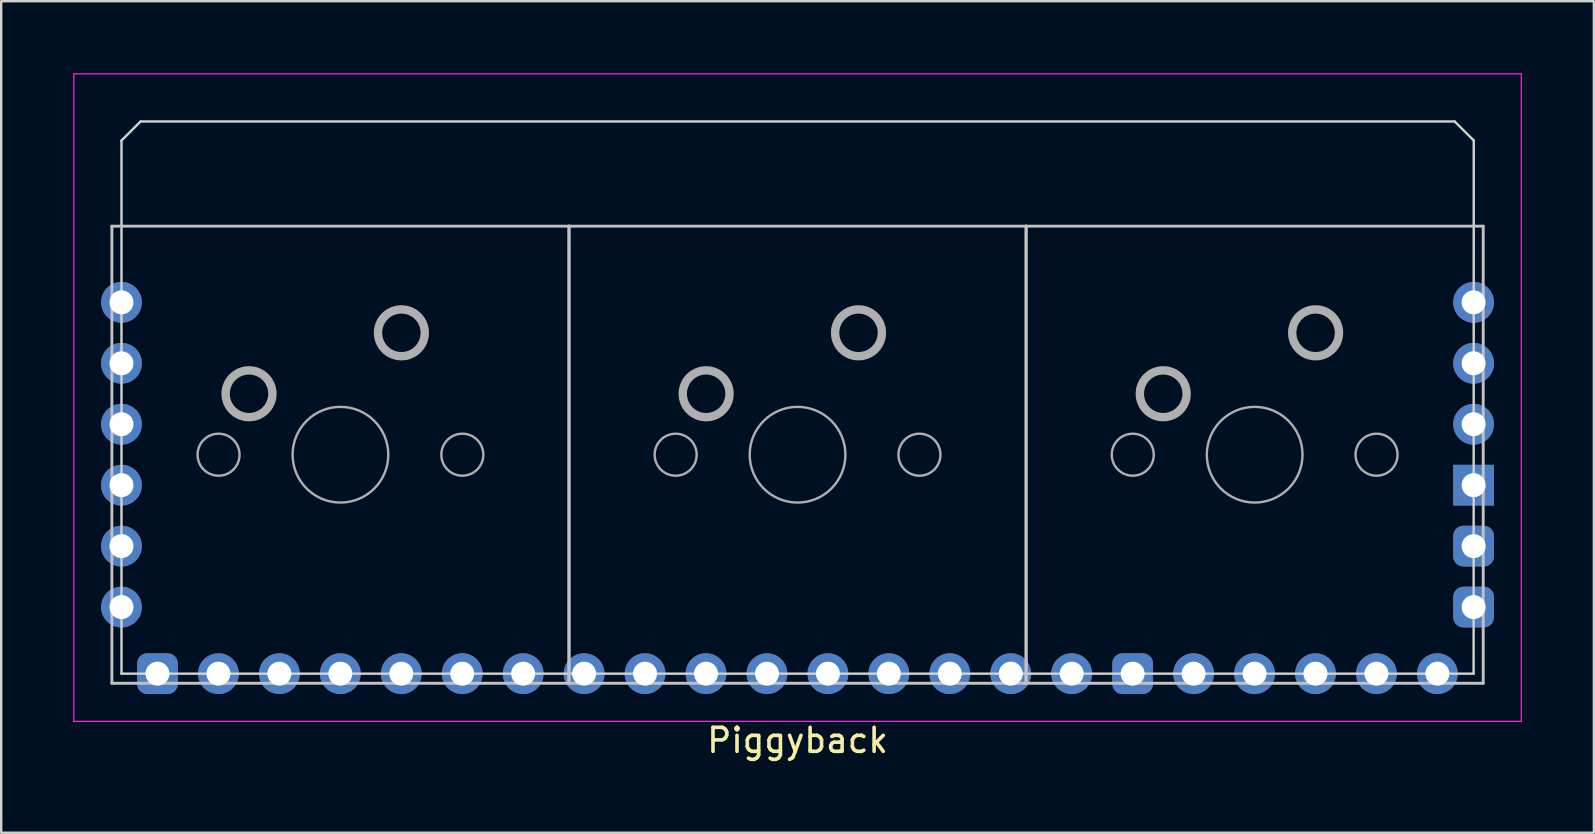
<source format=kicad_pcb>
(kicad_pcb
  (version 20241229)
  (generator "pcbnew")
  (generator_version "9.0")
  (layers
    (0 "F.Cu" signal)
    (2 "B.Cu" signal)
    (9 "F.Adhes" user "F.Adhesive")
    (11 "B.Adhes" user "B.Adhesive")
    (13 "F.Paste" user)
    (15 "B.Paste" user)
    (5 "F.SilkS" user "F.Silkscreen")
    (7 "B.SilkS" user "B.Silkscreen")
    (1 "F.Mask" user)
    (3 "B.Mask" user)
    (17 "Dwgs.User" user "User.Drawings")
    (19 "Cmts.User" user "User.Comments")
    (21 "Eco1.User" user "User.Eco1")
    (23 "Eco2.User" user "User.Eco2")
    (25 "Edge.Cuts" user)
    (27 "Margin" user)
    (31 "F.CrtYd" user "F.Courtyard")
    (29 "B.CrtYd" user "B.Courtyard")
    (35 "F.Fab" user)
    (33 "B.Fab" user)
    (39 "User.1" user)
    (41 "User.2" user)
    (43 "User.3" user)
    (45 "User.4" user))
  (footprint "Piggyback"
    (layer "F.Cu")
    (at 30.188 15.9)
    (property "Reference" "Piggyback" (at 0 11.906 0) (unlocked yes) (layer "F.SilkS") (effects (font (size 1 1) (thickness 0.15))))
    (fp_line (start -28.575 -9.525) (end -28.575 9.525) (stroke (width 0.12) (type solid)) (layer "Dwgs.User"))
    (fp_line (start -28.575 9.525) (end -9.525 9.525) (stroke (width 0.12) (type solid)) (layer "Dwgs.User"))
    (fp_line (start -9.525 -9.525) (end -28.575 -9.525) (stroke (width 0.12) (type solid)) (layer "Dwgs.User"))
    (fp_line (start -9.525 -9.525) (end -9.525 9.525) (stroke (width 0.12) (type solid)) (layer "Dwgs.User"))
    (fp_line (start -9.525 9.525) (end -9.525 -9.525) (stroke (width 0.12) (type solid)) (layer "Dwgs.User"))
    (fp_line (start -9.525 9.525) (end 9.525 9.525) (stroke (width 0.12) (type solid)) (layer "Dwgs.User"))
    (fp_line (start 9.525 -9.525) (end -9.525 -9.525) (stroke (width 0.12) (type solid)) (layer "Dwgs.User"))
    (fp_line (start 9.525 -9.525) (end 9.525 9.525) (stroke (width 0.12) (type solid)) (layer "Dwgs.User"))
    (fp_line (start 9.525 9.525) (end 9.525 -9.525) (stroke (width 0.12) (type solid)) (layer "Dwgs.User"))
    (fp_line (start 9.525 9.525) (end 28.575 9.525) (stroke (width 0.12) (type solid)) (layer "Dwgs.User"))
    (fp_line (start 28.575 -9.525) (end 9.525 -9.525) (stroke (width 0.12) (type solid)) (layer "Dwgs.User"))
    (fp_line (start 28.575 9.525) (end 28.575 -9.525) (stroke (width 0.12) (type solid)) (layer "Dwgs.User"))
    (fp_line (start -26.05 6.5) (end -26.05 -6.5) (stroke (width 0.05) (type solid)) (layer "Eco2.User"))
    (fp_line (start -25.55 -7) (end -12.55 -7) (stroke (width 0.05) (type solid)) (layer "Eco2.User"))
    (fp_line (start -12.55 7) (end -25.55 7) (stroke (width 0.05) (type solid)) (layer "Eco2.User"))
    (fp_line (start -12.05 -6.5) (end -12.05 6.5) (stroke (width 0.05) (type solid)) (layer "Eco2.User"))
    (fp_line (start -7 6.5) (end -7 -6.5) (stroke (width 0.05) (type solid)) (layer "Eco2.User"))
    (fp_line (start -6.5 -7) (end 6.5 -7) (stroke (width 0.05) (type solid)) (layer "Eco2.User"))
    (fp_line (start 6.5 7) (end -6.5 7) (stroke (width 0.05) (type solid)) (layer "Eco2.User"))
    (fp_line (start 7 -6.5) (end 7 6.5) (stroke (width 0.05) (type solid)) (layer "Eco2.User"))
    (fp_line (start 12.05 6.5) (end 12.05 -6.5) (stroke (width 0.05) (type solid)) (layer "Eco2.User"))
    (fp_line (start 12.55 -7) (end 25.55 -7) (stroke (width 0.05) (type solid)) (layer "Eco2.User"))
    (fp_line (start 25.55 7) (end 12.55 7) (stroke (width 0.05) (type solid)) (layer "Eco2.User"))
    (fp_line (start 26.05 -6.5) (end 26.05 6.5) (stroke (width 0.05) (type solid)) (layer "Eco2.User"))
    (fp_arc (start -26.05 -6.5) (mid -25.903553 -6.853553) (end -25.55 -7) (stroke (width 0.05) (type solid)) (layer "Eco2.User"))
    (fp_arc (start -25.55 7) (mid -25.903553 6.853553) (end -26.05 6.5) (stroke (width 0.05) (type solid)) (layer "Eco2.User"))
    (fp_arc (start -12.55 -7) (mid -12.196447 -6.853553) (end -12.05 -6.5) (stroke (width 0.05) (type solid)) (layer "Eco2.User"))
    (fp_arc (start -12.052764 6.498884) (mid -12.199203 6.85246) (end -12.552764 6.998884) (stroke (width 0.05) (type solid)) (layer "Eco2.User"))
    (fp_arc (start -7 -6.5) (mid -6.853553 -6.853553) (end -6.5 -7) (stroke (width 0.05) (type solid)) (layer "Eco2.User"))
    (fp_arc (start -6.5 7) (mid -6.853553 6.853553) (end -7 6.5) (stroke (width 0.05) (type solid)) (layer "Eco2.User"))
    (fp_arc (start 6.5 -7) (mid 6.853553 -6.853553) (end 7 -6.5) (stroke (width 0.05) (type solid)) (layer "Eco2.User"))
    (fp_arc (start 6.997236 6.498884) (mid 6.850789 6.852437) (end 6.497236 6.998884) (stroke (width 0.05) (type solid)) (layer "Eco2.User"))
    (fp_arc (start 12.05 -6.5) (mid 12.196447 -6.853553) (end 12.55 -7) (stroke (width 0.05) (type solid)) (layer "Eco2.User"))
    (fp_arc (start 12.55 7) (mid 12.196447 6.853553) (end 12.05 6.5) (stroke (width 0.05) (type solid)) (layer "Eco2.User"))
    (fp_arc (start 25.55 -7) (mid 25.903553 -6.853553) (end 26.05 -6.5) (stroke (width 0.05) (type solid)) (layer "Eco2.User"))
    (fp_arc (start 26.047236 6.498884) (mid 25.900797 6.85246) (end 25.547236 6.998884) (stroke (width 0.05) (type solid)) (layer "Eco2.User"))
    (fp_line (start -28.175 -13.094) (end -27.381 -13.887) (stroke (width 0.1) (type solid)) (layer "Edge.Cuts"))
    (fp_line (start -28.175 9.125) (end -28.175 -13.094) (stroke (width 0.1) (type solid)) (layer "Edge.Cuts"))
    (fp_line (start -27.381 -13.887) (end 27.387 -13.887) (stroke (width 0.1) (type solid)) (layer "Edge.Cuts"))
    (fp_line (start 27.387 -13.887) (end 28.181 -13.094) (stroke (width 0.1) (type solid)) (layer "Edge.Cuts"))
    (fp_line (start 28.175 9.125) (end -28.175 9.125) (stroke (width 0.1) (type solid)) (layer "Edge.Cuts"))
    (fp_line (start 28.181 -13.094) (end 28.175 9.125) (stroke (width 0.1) (type solid)) (layer "Edge.Cuts"))
    (fp_line (start -30.163 -15.875) (end 30.163 -15.875) (stroke (width 0.05) (type solid)) (layer "F.CrtYd"))
    (fp_line (start -30.163 11.113) (end -30.163 -15.875) (stroke (width 0.05) (type solid)) (layer "F.CrtYd"))
    (fp_line (start 30.163 -15.875) (end 30.163 11.113) (stroke (width 0.05) (type solid)) (layer "F.CrtYd"))
    (fp_line (start 30.163 11.113) (end -30.163 11.113) (stroke (width 0.05) (type solid)) (layer "F.CrtYd"))
    (fp_circle (center -24.13 0) (end -23.255 0) (stroke (width 0.1) (type solid)) (fill no) (layer "F.Fab"))
    (fp_circle (center -22.86 -2.54) (end -21.885 -2.54) (stroke (width 0.35) (type solid)) (fill no) (layer "F.Fab"))
    (fp_circle (center -19.05 0) (end -17.056 0) (stroke (width 0.1) (type solid)) (fill no) (layer "F.Fab"))
    (fp_circle (center -16.51 -5.08) (end -15.535 -5.08) (stroke (width 0.35) (type solid)) (fill no) (layer "F.Fab"))
    (fp_circle (center -13.97 0) (end -13.095 0) (stroke (width 0.1) (type solid)) (fill no) (layer "F.Fab"))
    (fp_circle (center -5.08 0) (end -4.205 0) (stroke (width 0.1) (type solid)) (fill no) (layer "F.Fab"))
    (fp_circle (center -3.81 -2.54) (end -2.835 -2.54) (stroke (width 0.35) (type solid)) (fill no) (layer "F.Fab"))
    (fp_circle (center 0 0) (end 1.994 0) (stroke (width 0.1) (type solid)) (fill no) (layer "F.Fab"))
    (fp_circle (center 2.54 -5.08) (end 3.515 -5.08) (stroke (width 0.35) (type solid)) (fill no) (layer "F.Fab"))
    (fp_circle (center 5.08 0) (end 5.955 0) (stroke (width 0.1) (type solid)) (fill no) (layer "F.Fab"))
    (fp_circle (center 13.97 0) (end 14.845 0) (stroke (width 0.1) (type solid)) (fill no) (layer "F.Fab"))
    (fp_circle (center 15.24 -2.54) (end 16.215 -2.54) (stroke (width 0.35) (type solid)) (fill no) (layer "F.Fab"))
    (fp_circle (center 19.05 0) (end 21.044 0) (stroke (width 0.1) (type solid)) (fill no) (layer "F.Fab"))
    (fp_circle (center 21.59 -5.08) (end 22.565 -5.08) (stroke (width 0.35) (type solid)) (fill no) (layer "F.Fab"))
    (fp_circle (center 24.13 0) (end 25.005 0) (stroke (width 0.1) (type solid)) (fill no) (layer "F.Fab"))
    (pad "0" thru_hole roundrect (at 28.175 3.81) (size 1.7 1.7) (drill 1) (layers "*.Cu" "*.Mask") (roundrect_rratio 0.25))
    (pad "1" thru_hole roundrect (at 28.175 6.35) (size 1.7 1.7) (drill 1) (layers "*.Cu" "*.Mask") (roundrect_rratio 0.25))
    (pad "2" thru_hole oval (at 26.665 9.125 90) (size 1.7 1.7) (drill 1) (layers "*.Cu" "*.Mask"))
    (pad "3" thru_hole oval (at 24.125 9.125 90) (size 1.7 1.7) (drill 1) (layers "*.Cu" "*.Mask"))
    (pad "4" thru_hole oval (at 21.585 9.125 90) (size 1.7 1.7) (drill 1) (layers "*.Cu" "*.Mask"))
    (pad "5" thru_hole oval (at 19.045 9.125 90) (size 1.7 1.7) (drill 1) (layers "*.Cu" "*.Mask"))
    (pad "5V" thru_hole circle (at 28.175 -6.35) (size 1.7 1.7) (drill 1) (layers "*.Cu" "*.Mask"))
    (pad "6" thru_hole oval (at 16.505 9.125 90) (size 1.7 1.7) (drill 1) (layers "*.Cu" "*.Mask"))
    (pad "7" thru_hole roundrect (at 13.965 9.125 90) (size 1.7 1.7) (drill 1) (layers "*.Cu" "*.Mask") (roundrect_rratio 0.25))
    (pad "8" thru_hole oval (at 11.425 9.125 90) (size 1.7 1.7) (drill 1) (layers "*.Cu" "*.Mask"))
    (pad "9" thru_hole oval (at 8.885 9.125 90) (size 1.7 1.7) (drill 1) (layers "*.Cu" "*.Mask"))
    (pad "10" thru_hole oval (at 6.345 9.125 90) (size 1.7 1.7) (drill 1) (layers "*.Cu" "*.Mask"))
    (pad "11" thru_hole oval (at 3.805 9.125 90) (size 1.7 1.7) (drill 1) (layers "*.Cu" "*.Mask"))
    (pad "12" thru_hole oval (at 1.265 9.125 90) (size 1.7 1.7) (drill 1) (layers "*.Cu" "*.Mask"))
    (pad "13" thru_hole oval (at -1.275 9.125 90) (size 1.7 1.7) (drill 1) (layers "*.Cu" "*.Mask"))
    (pad "14" thru_hole oval (at -3.815 9.125 90) (size 1.7 1.7) (drill 1) (layers "*.Cu" "*.Mask"))
    (pad "15" thru_hole oval (at -6.355 9.125 90) (size 1.7 1.7) (drill 1) (layers "*.Cu" "*.Mask"))
    (pad "16" thru_hole oval (at -8.895 9.125 90) (size 1.7 1.7) (drill 1) (layers "*.Cu" "*.Mask"))
    (pad "17" thru_hole oval (at -11.435 9.125 90) (size 1.7 1.7) (drill 1) (layers "*.Cu" "*.Mask"))
    (pad "18" thru_hole oval (at -13.975 9.125 90) (size 1.7 1.7) (drill 1) (layers "*.Cu" "*.Mask"))
    (pad "19" thru_hole oval (at -16.515 9.125 90) (size 1.7 1.7) (drill 1) (layers "*.Cu" "*.Mask"))
    (pad "20" thru_hole oval (at -19.055 9.125 90) (size 1.7 1.7) (drill 1) (layers "*.Cu" "*.Mask"))
    (pad "21" thru_hole oval (at -21.595 9.125 90) (size 1.7 1.7) (drill 1) (layers "*.Cu" "*.Mask"))
    (pad "22" thru_hole oval (at -24.135 9.125 90) (size 1.7 1.7) (drill 1) (layers "*.Cu" "*.Mask"))
    (pad "23" thru_hole roundrect (at -26.675 9.125 90) (size 1.7 1.7) (drill 1) (layers "*.Cu" "*.Mask") (roundrect_rratio 0.25))
    (pad "24" thru_hole oval (at -28.175 6.35) (size 1.7 1.7) (drill 1) (layers "*.Cu" "*.Mask"))
    (pad "25" thru_hole oval (at -28.175 3.81) (size 1.7 1.7) (drill 1) (layers "*.Cu" "*.Mask"))
    (pad "26" thru_hole oval (at -28.175 1.27) (size 1.7 1.7) (drill 1) (layers "*.Cu" "*.Mask"))
    (pad "27" thru_hole oval (at -28.175 -1.27) (size 1.7 1.7) (drill 1) (layers "*.Cu" "*.Mask"))
    (pad "28" thru_hole oval (at -28.175 -3.81) (size 1.7 1.7) (drill 1) (layers "*.Cu" "*.Mask"))
    (pad "29" thru_hole circle (at -28.175 -6.35) (size 1.7 1.7) (drill 1) (layers "*.Cu" "*.Mask"))
    (pad "D+" thru_hole oval (at 28.175 -1.27) (size 1.7 1.7) (drill 1) (layers "*.Cu" "*.Mask"))
    (pad "D-" thru_hole oval (at 28.175 -3.81) (size 1.7 1.7) (drill 1) (layers "*.Cu" "*.Mask"))
    (pad "GND" thru_hole rect (at 28.175 1.27) (size 1.7 1.7) (drill 1) (layers "*.Cu" "*.Mask")))
  (gr_rect
    (start -3 -3)
    (end 63.375 31.654)
    (stroke (width 0.1) (type default))
    (fill no)
    (layer "Edge.Cuts")))
</source>
